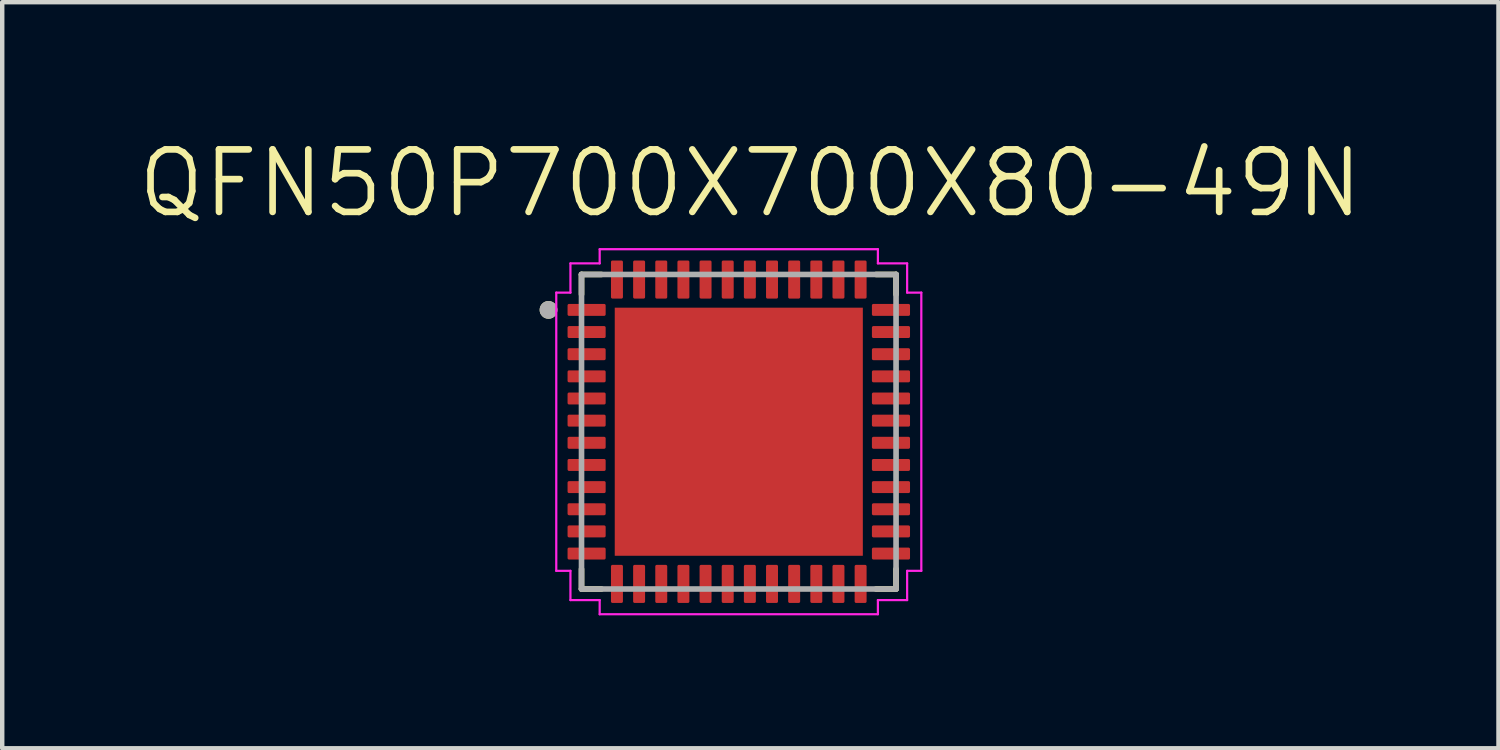
<source format=kicad_pcb>
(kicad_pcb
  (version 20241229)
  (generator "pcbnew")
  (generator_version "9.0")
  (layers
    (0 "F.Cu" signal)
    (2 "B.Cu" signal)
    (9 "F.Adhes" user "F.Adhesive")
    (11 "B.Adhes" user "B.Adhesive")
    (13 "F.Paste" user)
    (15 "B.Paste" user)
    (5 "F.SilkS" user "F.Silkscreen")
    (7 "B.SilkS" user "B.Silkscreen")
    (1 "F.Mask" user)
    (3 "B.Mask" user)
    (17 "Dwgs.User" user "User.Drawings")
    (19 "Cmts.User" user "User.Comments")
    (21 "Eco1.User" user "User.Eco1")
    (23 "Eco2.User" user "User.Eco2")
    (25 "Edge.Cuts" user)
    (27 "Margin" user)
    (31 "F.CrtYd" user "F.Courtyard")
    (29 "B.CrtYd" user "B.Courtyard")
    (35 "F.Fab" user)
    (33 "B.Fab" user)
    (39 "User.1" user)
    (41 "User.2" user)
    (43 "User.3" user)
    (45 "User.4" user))
  (footprint "QFN50P700X700X80-49N"
    (layer "F.Cu")
    (at 13.626 6.695)
    (property "Reference" "QFN50P700X700X80-49N" (at 0.261 -5.607 0) (layer "F.SilkS") (effects (font (size 1.411 1.411) (thickness 0.15))))
    (attr smd)
    (fp_line (start -3.55 -3.55) (end -3.55 -3.1) (stroke (width 0.127) (type solid)) (layer "F.SilkS"))
    (fp_line (start -3.55 3.55) (end -3.55 3.1) (stroke (width 0.127) (type solid)) (layer "F.SilkS"))
    (fp_line (start -3.1 -3.55) (end -3.55 -3.55) (stroke (width 0.127) (type solid)) (layer "F.SilkS"))
    (fp_line (start -3.1 3.55) (end -3.55 3.55) (stroke (width 0.127) (type solid)) (layer "F.SilkS"))
    (fp_line (start 3.1 -3.55) (end 3.55 -3.55) (stroke (width 0.127) (type solid)) (layer "F.SilkS"))
    (fp_line (start 3.1 3.55) (end 3.55 3.55) (stroke (width 0.127) (type solid)) (layer "F.SilkS"))
    (fp_line (start 3.55 -3.55) (end 3.55 -3.1) (stroke (width 0.127) (type solid)) (layer "F.SilkS"))
    (fp_line (start 3.55 3.55) (end 3.55 3.1) (stroke (width 0.127) (type solid)) (layer "F.SilkS"))
    (fp_circle (center -4.295 -2.75) (end -4.195 -2.75) (stroke (width 0.2) (type solid)) (fill no) (layer "F.SilkS"))
    (fp_poly (pts (xy -1.774 -1.771) (xy 1.771 -1.771) (xy 1.771 1.774) (xy -1.774 1.774)) (stroke (width 0.01) (type solid)) (fill yes) (layer "F.Paste"))
    (fp_line (start -4.12 -3.14) (end -3.8 -3.14) (stroke (width 0.05) (type solid)) (layer "F.CrtYd"))
    (fp_line (start -4.12 3.14) (end -4.12 -3.14) (stroke (width 0.05) (type solid)) (layer "F.CrtYd"))
    (fp_line (start -3.8 -3.8) (end -3.14 -3.8) (stroke (width 0.05) (type solid)) (layer "F.CrtYd"))
    (fp_line (start -3.8 -3.14) (end -3.8 -3.8) (stroke (width 0.05) (type solid)) (layer "F.CrtYd"))
    (fp_line (start -3.8 3.14) (end -4.12 3.14) (stroke (width 0.05) (type solid)) (layer "F.CrtYd"))
    (fp_line (start -3.8 3.8) (end -3.8 3.14) (stroke (width 0.05) (type solid)) (layer "F.CrtYd"))
    (fp_line (start -3.14 -4.12) (end 3.14 -4.12) (stroke (width 0.05) (type solid)) (layer "F.CrtYd"))
    (fp_line (start -3.14 -3.8) (end -3.14 -4.12) (stroke (width 0.05) (type solid)) (layer "F.CrtYd"))
    (fp_line (start -3.14 3.8) (end -3.8 3.8) (stroke (width 0.05) (type solid)) (layer "F.CrtYd"))
    (fp_line (start -3.14 4.12) (end -3.14 3.8) (stroke (width 0.05) (type solid)) (layer "F.CrtYd"))
    (fp_line (start 3.14 -4.12) (end 3.14 -3.8) (stroke (width 0.05) (type solid)) (layer "F.CrtYd"))
    (fp_line (start 3.14 -3.8) (end 3.8 -3.8) (stroke (width 0.05) (type solid)) (layer "F.CrtYd"))
    (fp_line (start 3.14 3.8) (end 3.14 4.12) (stroke (width 0.05) (type solid)) (layer "F.CrtYd"))
    (fp_line (start 3.14 4.12) (end -3.14 4.12) (stroke (width 0.05) (type solid)) (layer "F.CrtYd"))
    (fp_line (start 3.8 -3.8) (end 3.8 -3.14) (stroke (width 0.05) (type solid)) (layer "F.CrtYd"))
    (fp_line (start 3.8 -3.14) (end 4.12 -3.14) (stroke (width 0.05) (type solid)) (layer "F.CrtYd"))
    (fp_line (start 3.8 3.14) (end 3.8 3.8) (stroke (width 0.05) (type solid)) (layer "F.CrtYd"))
    (fp_line (start 3.8 3.8) (end 3.14 3.8) (stroke (width 0.05) (type solid)) (layer "F.CrtYd"))
    (fp_line (start 4.12 -3.14) (end 4.12 3.14) (stroke (width 0.05) (type solid)) (layer "F.CrtYd"))
    (fp_line (start 4.12 3.14) (end 3.8 3.14) (stroke (width 0.05) (type solid)) (layer "F.CrtYd"))
    (fp_line (start -3.55 3.55) (end -3.55 -3.55) (stroke (width 0.127) (type solid)) (layer "F.Fab"))
    (fp_line (start 3.55 -3.55) (end -3.55 -3.55) (stroke (width 0.127) (type solid)) (layer "F.Fab"))
    (fp_line (start 3.55 3.55) (end -3.55 3.55) (stroke (width 0.127) (type solid)) (layer "F.Fab"))
    (fp_line (start 3.55 3.55) (end 3.55 -3.55) (stroke (width 0.127) (type solid)) (layer "F.Fab"))
    (fp_circle (center -4.295 -2.75) (end -4.195 -2.75) (stroke (width 0.2) (type solid)) (fill no) (layer "F.Fab"))
    (pad "1" smd roundrect (at -3.435 -2.75) (size 0.86 0.27) (layers "F.Cu" "F.Mask" "F.Paste") (roundrect_rratio 0.125))
    (pad "2" smd roundrect (at -3.435 -2.25) (size 0.86 0.27) (layers "F.Cu" "F.Mask" "F.Paste") (roundrect_rratio 0.125))
    (pad "3" smd roundrect (at -3.435 -1.75) (size 0.86 0.27) (layers "F.Cu" "F.Mask" "F.Paste") (roundrect_rratio 0.125))
    (pad "4" smd roundrect (at -3.435 -1.25) (size 0.86 0.27) (layers "F.Cu" "F.Mask" "F.Paste") (roundrect_rratio 0.125))
    (pad "5" smd roundrect (at -3.435 -0.75) (size 0.86 0.27) (layers "F.Cu" "F.Mask" "F.Paste") (roundrect_rratio 0.125))
    (pad "6" smd roundrect (at -3.435 -0.25) (size 0.86 0.27) (layers "F.Cu" "F.Mask" "F.Paste") (roundrect_rratio 0.125))
    (pad "7" smd roundrect (at -3.435 0.25) (size 0.86 0.27) (layers "F.Cu" "F.Mask" "F.Paste") (roundrect_rratio 0.125))
    (pad "8" smd roundrect (at -3.435 0.75) (size 0.86 0.27) (layers "F.Cu" "F.Mask" "F.Paste") (roundrect_rratio 0.125))
    (pad "9" smd roundrect (at -3.435 1.25) (size 0.86 0.27) (layers "F.Cu" "F.Mask" "F.Paste") (roundrect_rratio 0.125))
    (pad "10" smd roundrect (at -3.435 1.75) (size 0.86 0.27) (layers "F.Cu" "F.Mask" "F.Paste") (roundrect_rratio 0.125))
    (pad "11" smd roundrect (at -3.435 2.25) (size 0.86 0.27) (layers "F.Cu" "F.Mask" "F.Paste") (roundrect_rratio 0.125))
    (pad "12" smd roundrect (at -3.435 2.75) (size 0.86 0.27) (layers "F.Cu" "F.Mask" "F.Paste") (roundrect_rratio 0.125))
    (pad "13" smd roundrect (at -2.75 3.435 90) (size 0.86 0.27) (layers "F.Cu" "F.Mask" "F.Paste") (roundrect_rratio 0.125))
    (pad "14" smd roundrect (at -2.25 3.435 90) (size 0.86 0.27) (layers "F.Cu" "F.Mask" "F.Paste") (roundrect_rratio 0.125))
    (pad "15" smd roundrect (at -1.75 3.435 90) (size 0.86 0.27) (layers "F.Cu" "F.Mask" "F.Paste") (roundrect_rratio 0.125))
    (pad "16" smd roundrect (at -1.25 3.435 90) (size 0.86 0.27) (layers "F.Cu" "F.Mask" "F.Paste") (roundrect_rratio 0.125))
    (pad "17" smd roundrect (at -0.75 3.435 90) (size 0.86 0.27) (layers "F.Cu" "F.Mask" "F.Paste") (roundrect_rratio 0.125))
    (pad "18" smd roundrect (at -0.25 3.435 90) (size 0.86 0.27) (layers "F.Cu" "F.Mask" "F.Paste") (roundrect_rratio 0.125))
    (pad "19" smd roundrect (at 0.25 3.435 90) (size 0.86 0.27) (layers "F.Cu" "F.Mask" "F.Paste") (roundrect_rratio 0.125))
    (pad "20" smd roundrect (at 0.75 3.435 90) (size 0.86 0.27) (layers "F.Cu" "F.Mask" "F.Paste") (roundrect_rratio 0.125))
    (pad "21" smd roundrect (at 1.25 3.435 90) (size 0.86 0.27) (layers "F.Cu" "F.Mask" "F.Paste") (roundrect_rratio 0.125))
    (pad "22" smd roundrect (at 1.75 3.435 90) (size 0.86 0.27) (layers "F.Cu" "F.Mask" "F.Paste") (roundrect_rratio 0.125))
    (pad "23" smd roundrect (at 2.25 3.435 90) (size 0.86 0.27) (layers "F.Cu" "F.Mask" "F.Paste") (roundrect_rratio 0.125))
    (pad "24" smd roundrect (at 2.75 3.435 90) (size 0.86 0.27) (layers "F.Cu" "F.Mask" "F.Paste") (roundrect_rratio 0.125))
    (pad "25" smd roundrect (at 3.435 2.75) (size 0.86 0.27) (layers "F.Cu" "F.Mask" "F.Paste") (roundrect_rratio 0.125))
    (pad "26" smd roundrect (at 3.435 2.25) (size 0.86 0.27) (layers "F.Cu" "F.Mask" "F.Paste") (roundrect_rratio 0.125))
    (pad "27" smd roundrect (at 3.435 1.75) (size 0.86 0.27) (layers "F.Cu" "F.Mask" "F.Paste") (roundrect_rratio 0.125))
    (pad "28" smd roundrect (at 3.435 1.25) (size 0.86 0.27) (layers "F.Cu" "F.Mask" "F.Paste") (roundrect_rratio 0.125))
    (pad "29" smd roundrect (at 3.435 0.75) (size 0.86 0.27) (layers "F.Cu" "F.Mask" "F.Paste") (roundrect_rratio 0.125))
    (pad "30" smd roundrect (at 3.435 0.25) (size 0.86 0.27) (layers "F.Cu" "F.Mask" "F.Paste") (roundrect_rratio 0.125))
    (pad "31" smd roundrect (at 3.435 -0.25) (size 0.86 0.27) (layers "F.Cu" "F.Mask" "F.Paste") (roundrect_rratio 0.125))
    (pad "32" smd roundrect (at 3.435 -0.75) (size 0.86 0.27) (layers "F.Cu" "F.Mask" "F.Paste") (roundrect_rratio 0.125))
    (pad "33" smd roundrect (at 3.435 -1.25) (size 0.86 0.27) (layers "F.Cu" "F.Mask" "F.Paste") (roundrect_rratio 0.125))
    (pad "34" smd roundrect (at 3.435 -1.75) (size 0.86 0.27) (layers "F.Cu" "F.Mask" "F.Paste") (roundrect_rratio 0.125))
    (pad "35" smd roundrect (at 3.435 -2.25) (size 0.86 0.27) (layers "F.Cu" "F.Mask" "F.Paste") (roundrect_rratio 0.125))
    (pad "36" smd roundrect (at 3.435 -2.75) (size 0.86 0.27) (layers "F.Cu" "F.Mask" "F.Paste") (roundrect_rratio 0.125))
    (pad "37" smd roundrect (at 2.75 -3.435 90) (size 0.86 0.27) (layers "F.Cu" "F.Mask" "F.Paste") (roundrect_rratio 0.125))
    (pad "38" smd roundrect (at 2.25 -3.435 90) (size 0.86 0.27) (layers "F.Cu" "F.Mask" "F.Paste") (roundrect_rratio 0.125))
    (pad "39" smd roundrect (at 1.75 -3.435 90) (size 0.86 0.27) (layers "F.Cu" "F.Mask" "F.Paste") (roundrect_rratio 0.125))
    (pad "40" smd roundrect (at 1.25 -3.435 90) (size 0.86 0.27) (layers "F.Cu" "F.Mask" "F.Paste") (roundrect_rratio 0.125))
    (pad "41" smd roundrect (at 0.75 -3.435 90) (size 0.86 0.27) (layers "F.Cu" "F.Mask" "F.Paste") (roundrect_rratio 0.125))
    (pad "42" smd roundrect (at 0.25 -3.435 90) (size 0.86 0.27) (layers "F.Cu" "F.Mask" "F.Paste") (roundrect_rratio 0.125))
    (pad "43" smd roundrect (at -0.25 -3.435 90) (size 0.86 0.27) (layers "F.Cu" "F.Mask" "F.Paste") (roundrect_rratio 0.125))
    (pad "44" smd roundrect (at -0.75 -3.435 90) (size 0.86 0.27) (layers "F.Cu" "F.Mask" "F.Paste") (roundrect_rratio 0.125))
    (pad "45" smd roundrect (at -1.25 -3.435 90) (size 0.86 0.27) (layers "F.Cu" "F.Mask" "F.Paste") (roundrect_rratio 0.125))
    (pad "46" smd roundrect (at -1.75 -3.435 90) (size 0.86 0.27) (layers "F.Cu" "F.Mask" "F.Paste") (roundrect_rratio 0.125))
    (pad "47" smd roundrect (at -2.25 -3.435 90) (size 0.86 0.27) (layers "F.Cu" "F.Mask" "F.Paste") (roundrect_rratio 0.125))
    (pad "48" smd roundrect (at -2.75 -3.435 90) (size 0.86 0.27) (layers "F.Cu" "F.Mask" "F.Paste") (roundrect_rratio 0.125))
    (pad "49" smd rect (at 0 0) (size 5.6 5.6) (layers "F.Cu" "F.Mask")))
  (gr_rect
    (start -3 -3)
    (end 30.774 13.84)
    (stroke (width 0.1) (type default))
    (fill no)
    (layer "Edge.Cuts")))
</source>
